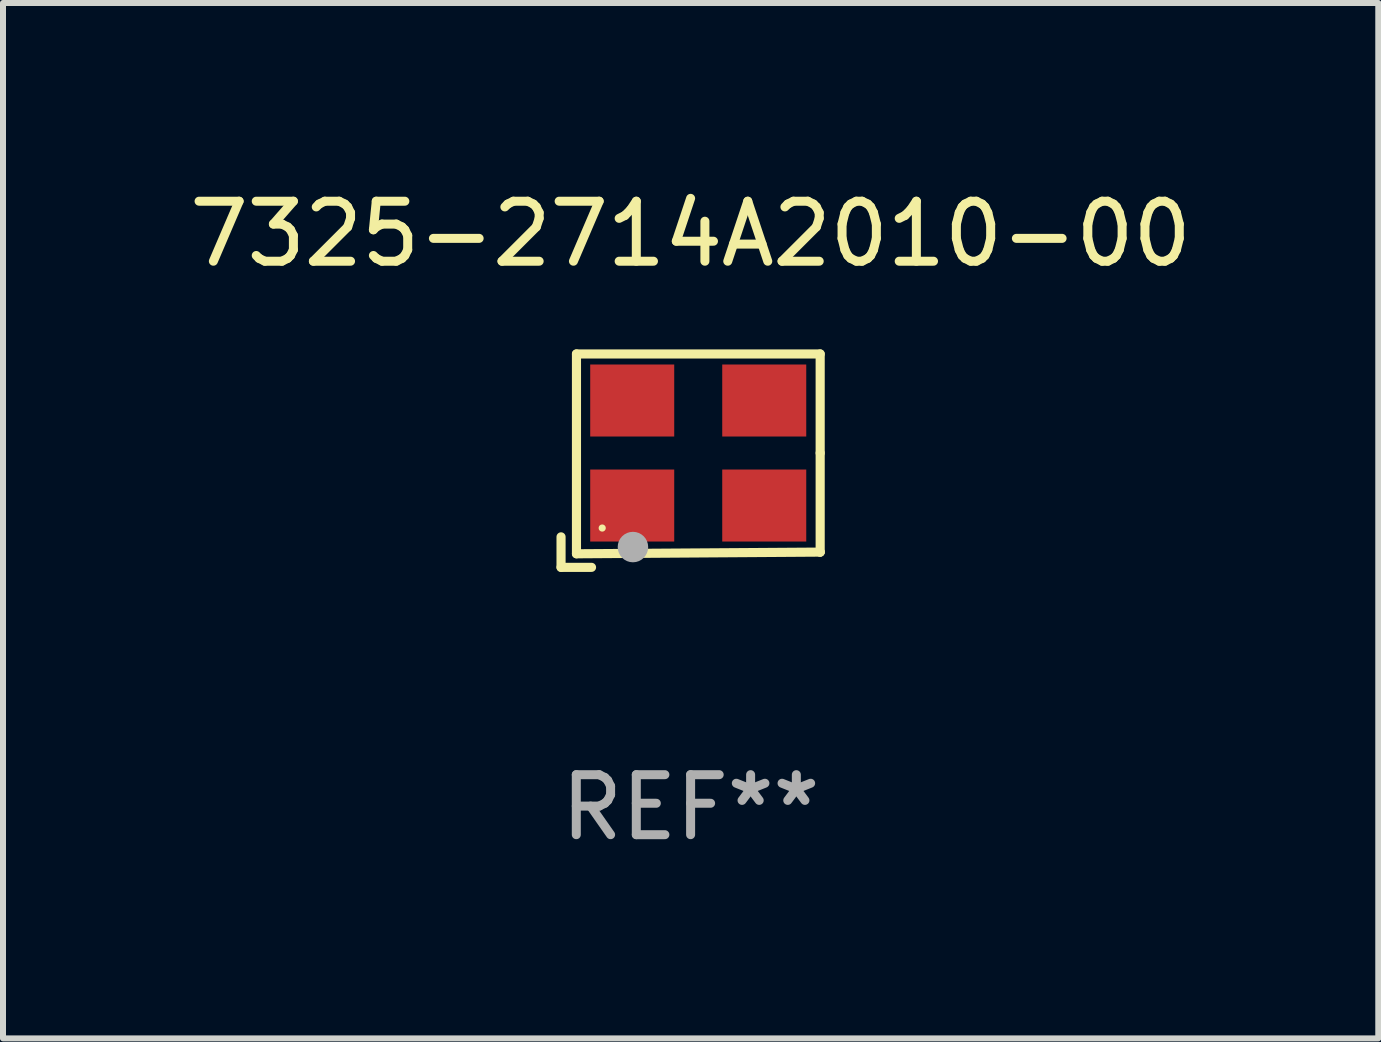
<source format=kicad_pcb>
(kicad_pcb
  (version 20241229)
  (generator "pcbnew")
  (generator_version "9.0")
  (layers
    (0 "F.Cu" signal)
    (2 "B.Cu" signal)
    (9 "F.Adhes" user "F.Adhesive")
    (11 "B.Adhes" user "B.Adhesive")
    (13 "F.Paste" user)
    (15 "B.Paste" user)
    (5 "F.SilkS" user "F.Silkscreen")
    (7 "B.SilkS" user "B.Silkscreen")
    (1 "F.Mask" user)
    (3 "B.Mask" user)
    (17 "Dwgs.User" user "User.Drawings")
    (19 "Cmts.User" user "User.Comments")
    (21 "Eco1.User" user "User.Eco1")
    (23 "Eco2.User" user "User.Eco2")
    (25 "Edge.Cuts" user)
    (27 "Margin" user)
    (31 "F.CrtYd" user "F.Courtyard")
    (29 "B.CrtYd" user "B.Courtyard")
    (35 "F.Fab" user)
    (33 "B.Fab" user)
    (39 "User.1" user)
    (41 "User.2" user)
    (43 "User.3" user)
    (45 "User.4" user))
  (footprint "7325-2714A2010-00"
    (layer "F.Cu")
    (at 8.458 4.626)
    (property "Reference" "7325-2714A2010-00" (at 0 -3.778 0) (layer "F.SilkS") (effects (font (size 1 1) (thickness 0.15))))
    (attr through_hole)
    (fp_line (start -2.159 1.27) (end -2.159 1.778) (stroke (width 0.152) (type solid)) (layer "F.SilkS"))
    (fp_line (start -2.159 1.778) (end -1.651 1.778) (stroke (width 0.152) (type solid)) (layer "F.SilkS"))
    (fp_line (start -1.902 -1.778) (end 2.159 -1.778) (stroke (width 0.152) (type solid)) (layer "F.SilkS"))
    (fp_line (start -1.902 1.552) (end -1.902 -1.778) (stroke (width 0.152) (type solid)) (layer "F.SilkS"))
    (fp_line (start 2.159 -1.778) (end 2.159 -0.127) (stroke (width 0.152) (type solid)) (layer "F.SilkS"))
    (fp_line (start 2.159 -0.127) (end 2.159 1.524) (stroke (width 0.152) (type solid)) (layer "F.SilkS"))
    (fp_line (start 2.159 1.524) (end -1.902 1.552) (stroke (width 0.152) (type solid)) (layer "F.SilkS"))
    (fp_line (start 2.159 1.524) (end 2.159 1.524) (stroke (width 0.152) (type solid)) (layer "F.SilkS"))
    (fp_circle (center -1.473 1.123) (end -1.443 1.123) (stroke (width 0.06) (type solid)) (fill no) (layer "F.SilkS"))
    (fp_circle (center -0.961 1.44) (end -0.834 1.44) (stroke (width 0.254) (type solid)) (fill no) (layer "F.Fab"))
    (fp_text user "REF**" (at 0 5.778 0) (layer "F.Fab") (effects (font (size 1 1) (thickness 0.15))))
    (pad "1" smd rect (at -0.973 0.748) (size 1.4 1.2) (layers "F.Cu" "F.Mask" "F.Paste"))
    (pad "2" smd rect (at 1.227 0.748) (size 1.4 1.2) (layers "F.Cu" "F.Mask" "F.Paste"))
    (pad "3" smd rect (at 1.227 -1.002) (size 1.4 1.2) (layers "F.Cu" "F.Mask" "F.Paste"))
    (pad "4" smd rect (at -0.973 -1.002) (size 1.4 1.2) (layers "F.Cu" "F.Mask" "F.Paste")))
  (gr_rect
    (start -3 -3)
    (end 19.917 14.253)
    (stroke (width 0.1) (type default))
    (fill no)
    (layer "Edge.Cuts")))
</source>
